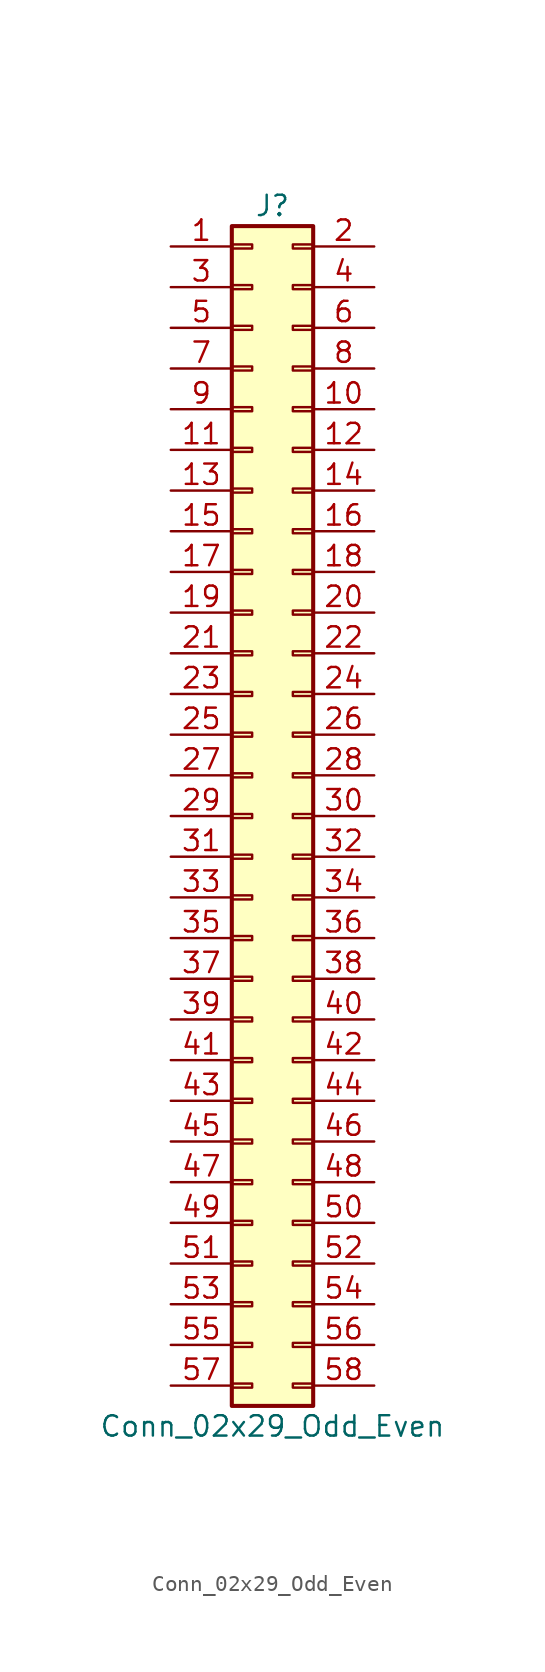
<source format=kicad_sym>
(kicad_symbol_lib
  (version 20220914)
  (generator kicad_symbol_editor)
  (symbol "Conn_02x29_Odd_Even"
    (pin_names
      (offset 1.016) hide)
    (property "Reference" "J"
      (at 1.27 38.1 0)
      (effects (font (size 1.27 1.27))))
    (property "Value" "Conn_02x29_Odd_Even"
      (at 1.27 -38.1 0)
      (effects (font (size 1.27 1.27))))
    (symbol "Conn_02x29_Odd_Even_1_1"
      (rectangle (start -1.27 -35.433) (end 0 -35.687) (stroke (width 0.152) (type default)) (fill (type none)))
      (rectangle (start -1.27 -32.893) (end 0 -33.147) (stroke (width 0.152) (type default)) (fill (type none)))
      (rectangle (start -1.27 -30.353) (end 0 -30.607) (stroke (width 0.152) (type default)) (fill (type none)))
      (rectangle (start -1.27 -27.813) (end 0 -28.067) (stroke (width 0.152) (type default)) (fill (type none)))
      (rectangle (start -1.27 -25.273) (end 0 -25.527) (stroke (width 0.152) (type default)) (fill (type none)))
      (rectangle (start -1.27 -22.733) (end 0 -22.987) (stroke (width 0.152) (type default)) (fill (type none)))
      (rectangle (start -1.27 -20.193) (end 0 -20.447) (stroke (width 0.152) (type default)) (fill (type none)))
      (rectangle (start -1.27 -17.653) (end 0 -17.907) (stroke (width 0.152) (type default)) (fill (type none)))
      (rectangle (start -1.27 -15.113) (end 0 -15.367) (stroke (width 0.152) (type default)) (fill (type none)))
      (rectangle (start -1.27 -12.573) (end 0 -12.827) (stroke (width 0.152) (type default)) (fill (type none)))
      (rectangle (start -1.27 -10.033) (end 0 -10.287) (stroke (width 0.152) (type default)) (fill (type none)))
      (rectangle (start -1.27 -7.493) (end 0 -7.747) (stroke (width 0.152) (type default)) (fill (type none)))
      (rectangle (start -1.27 -4.953) (end 0 -5.207) (stroke (width 0.152) (type default)) (fill (type none)))
      (rectangle (start -1.27 -2.413) (end 0 -2.667) (stroke (width 0.152) (type default)) (fill (type none)))
      (rectangle (start -1.27 0.127) (end 0 -0.127) (stroke (width 0.152) (type default)) (fill (type none)))
      (rectangle (start -1.27 2.667) (end 0 2.413) (stroke (width 0.152) (type default)) (fill (type none)))
      (rectangle (start -1.27 5.207) (end 0 4.953) (stroke (width 0.152) (type default)) (fill (type none)))
      (rectangle (start -1.27 7.747) (end 0 7.493) (stroke (width 0.152) (type default)) (fill (type none)))
      (rectangle (start -1.27 10.287) (end 0 10.033) (stroke (width 0.152) (type default)) (fill (type none)))
      (rectangle (start -1.27 12.827) (end 0 12.573) (stroke (width 0.152) (type default)) (fill (type none)))
      (rectangle (start -1.27 15.367) (end 0 15.113) (stroke (width 0.152) (type default)) (fill (type none)))
      (rectangle (start -1.27 17.907) (end 0 17.653) (stroke (width 0.152) (type default)) (fill (type none)))
      (rectangle (start -1.27 20.447) (end 0 20.193) (stroke (width 0.152) (type default)) (fill (type none)))
      (rectangle (start -1.27 22.987) (end 0 22.733) (stroke (width 0.152) (type default)) (fill (type none)))
      (rectangle (start -1.27 25.527) (end 0 25.273) (stroke (width 0.152) (type default)) (fill (type none)))
      (rectangle (start -1.27 28.067) (end 0 27.813) (stroke (width 0.152) (type default)) (fill (type none)))
      (rectangle (start -1.27 30.607) (end 0 30.353) (stroke (width 0.152) (type default)) (fill (type none)))
      (rectangle (start -1.27 33.147) (end 0 32.893) (stroke (width 0.152) (type default)) (fill (type none)))
      (rectangle (start -1.27 35.687) (end 0 35.433) (stroke (width 0.152) (type default)) (fill (type none)))
      (rectangle (start -1.27 36.83) (end 3.81 -36.83) (stroke (width 0.254) (type default)) (fill (type background)))
      (rectangle (start 3.81 -35.433) (end 2.54 -35.687) (stroke (width 0.152) (type default)) (fill (type none)))
      (rectangle (start 3.81 -32.893) (end 2.54 -33.147) (stroke (width 0.152) (type default)) (fill (type none)))
      (rectangle (start 3.81 -30.353) (end 2.54 -30.607) (stroke (width 0.152) (type default)) (fill (type none)))
      (rectangle (start 3.81 -27.813) (end 2.54 -28.067) (stroke (width 0.152) (type default)) (fill (type none)))
      (rectangle (start 3.81 -25.273) (end 2.54 -25.527) (stroke (width 0.152) (type default)) (fill (type none)))
      (rectangle (start 3.81 -22.733) (end 2.54 -22.987) (stroke (width 0.152) (type default)) (fill (type none)))
      (rectangle (start 3.81 -20.193) (end 2.54 -20.447) (stroke (width 0.152) (type default)) (fill (type none)))
      (rectangle (start 3.81 -17.653) (end 2.54 -17.907) (stroke (width 0.152) (type default)) (fill (type none)))
      (rectangle (start 3.81 -15.113) (end 2.54 -15.367) (stroke (width 0.152) (type default)) (fill (type none)))
      (rectangle (start 3.81 -12.573) (end 2.54 -12.827) (stroke (width 0.152) (type default)) (fill (type none)))
      (rectangle (start 3.81 -10.033) (end 2.54 -10.287) (stroke (width 0.152) (type default)) (fill (type none)))
      (rectangle (start 3.81 -7.493) (end 2.54 -7.747) (stroke (width 0.152) (type default)) (fill (type none)))
      (rectangle (start 3.81 -4.953) (end 2.54 -5.207) (stroke (width 0.152) (type default)) (fill (type none)))
      (rectangle (start 3.81 -2.413) (end 2.54 -2.667) (stroke (width 0.152) (type default)) (fill (type none)))
      (rectangle (start 3.81 0.127) (end 2.54 -0.127) (stroke (width 0.152) (type default)) (fill (type none)))
      (rectangle (start 3.81 2.667) (end 2.54 2.413) (stroke (width 0.152) (type default)) (fill (type none)))
      (rectangle (start 3.81 5.207) (end 2.54 4.953) (stroke (width 0.152) (type default)) (fill (type none)))
      (rectangle (start 3.81 7.747) (end 2.54 7.493) (stroke (width 0.152) (type default)) (fill (type none)))
      (rectangle (start 3.81 10.287) (end 2.54 10.033) (stroke (width 0.152) (type default)) (fill (type none)))
      (rectangle (start 3.81 12.827) (end 2.54 12.573) (stroke (width 0.152) (type default)) (fill (type none)))
      (rectangle (start 3.81 15.367) (end 2.54 15.113) (stroke (width 0.152) (type default)) (fill (type none)))
      (rectangle (start 3.81 17.907) (end 2.54 17.653) (stroke (width 0.152) (type default)) (fill (type none)))
      (rectangle (start 3.81 20.447) (end 2.54 20.193) (stroke (width 0.152) (type default)) (fill (type none)))
      (rectangle (start 3.81 22.987) (end 2.54 22.733) (stroke (width 0.152) (type default)) (fill (type none)))
      (rectangle (start 3.81 25.527) (end 2.54 25.273) (stroke (width 0.152) (type default)) (fill (type none)))
      (rectangle (start 3.81 28.067) (end 2.54 27.813) (stroke (width 0.152) (type default)) (fill (type none)))
      (rectangle (start 3.81 30.607) (end 2.54 30.353) (stroke (width 0.152) (type default)) (fill (type none)))
      (rectangle (start 3.81 33.147) (end 2.54 32.893) (stroke (width 0.152) (type default)) (fill (type none)))
      (rectangle (start 3.81 35.687) (end 2.54 35.433) (stroke (width 0.152) (type default)) (fill (type none)))
      (pin passive line (at -5.08 35.56 0) (length 3.81) (name "Pin_1" (effects (font (size 1.27 1.27)))) (number "1" (effects (font (size 1.27 1.27)))))
      (pin passive line (at 7.62 25.4 180) (length 3.81) (name "Pin_10" (effects (font (size 1.27 1.27)))) (number "10" (effects (font (size 1.27 1.27)))))
      (pin passive line (at -5.08 22.86 0) (length 3.81) (name "Pin_11" (effects (font (size 1.27 1.27)))) (number "11" (effects (font (size 1.27 1.27)))))
      (pin passive line (at 7.62 22.86 180) (length 3.81) (name "Pin_12" (effects (font (size 1.27 1.27)))) (number "12" (effects (font (size 1.27 1.27)))))
      (pin passive line (at -5.08 20.32 0) (length 3.81) (name "Pin_13" (effects (font (size 1.27 1.27)))) (number "13" (effects (font (size 1.27 1.27)))))
      (pin passive line (at 7.62 20.32 180) (length 3.81) (name "Pin_14" (effects (font (size 1.27 1.27)))) (number "14" (effects (font (size 1.27 1.27)))))
      (pin passive line (at -5.08 17.78 0) (length 3.81) (name "Pin_15" (effects (font (size 1.27 1.27)))) (number "15" (effects (font (size 1.27 1.27)))))
      (pin passive line (at 7.62 17.78 180) (length 3.81) (name "Pin_16" (effects (font (size 1.27 1.27)))) (number "16" (effects (font (size 1.27 1.27)))))
      (pin passive line (at -5.08 15.24 0) (length 3.81) (name "Pin_17" (effects (font (size 1.27 1.27)))) (number "17" (effects (font (size 1.27 1.27)))))
      (pin passive line (at 7.62 15.24 180) (length 3.81) (name "Pin_18" (effects (font (size 1.27 1.27)))) (number "18" (effects (font (size 1.27 1.27)))))
      (pin passive line (at -5.08 12.7 0) (length 3.81) (name "Pin_19" (effects (font (size 1.27 1.27)))) (number "19" (effects (font (size 1.27 1.27)))))
      (pin passive line (at 7.62 35.56 180) (length 3.81) (name "Pin_2" (effects (font (size 1.27 1.27)))) (number "2" (effects (font (size 1.27 1.27)))))
      (pin passive line (at 7.62 12.7 180) (length 3.81) (name "Pin_20" (effects (font (size 1.27 1.27)))) (number "20" (effects (font (size 1.27 1.27)))))
      (pin passive line (at -5.08 10.16 0) (length 3.81) (name "Pin_21" (effects (font (size 1.27 1.27)))) (number "21" (effects (font (size 1.27 1.27)))))
      (pin passive line (at 7.62 10.16 180) (length 3.81) (name "Pin_22" (effects (font (size 1.27 1.27)))) (number "22" (effects (font (size 1.27 1.27)))))
      (pin passive line (at -5.08 7.62 0) (length 3.81) (name "Pin_23" (effects (font (size 1.27 1.27)))) (number "23" (effects (font (size 1.27 1.27)))))
      (pin passive line (at 7.62 7.62 180) (length 3.81) (name "Pin_24" (effects (font (size 1.27 1.27)))) (number "24" (effects (font (size 1.27 1.27)))))
      (pin passive line (at -5.08 5.08 0) (length 3.81) (name "Pin_25" (effects (font (size 1.27 1.27)))) (number "25" (effects (font (size 1.27 1.27)))))
      (pin passive line (at 7.62 5.08 180) (length 3.81) (name "Pin_26" (effects (font (size 1.27 1.27)))) (number "26" (effects (font (size 1.27 1.27)))))
      (pin passive line (at -5.08 2.54 0) (length 3.81) (name "Pin_27" (effects (font (size 1.27 1.27)))) (number "27" (effects (font (size 1.27 1.27)))))
      (pin passive line (at 7.62 2.54 180) (length 3.81) (name "Pin_28" (effects (font (size 1.27 1.27)))) (number "28" (effects (font (size 1.27 1.27)))))
      (pin passive line (at -5.08 0 0) (length 3.81) (name "Pin_29" (effects (font (size 1.27 1.27)))) (number "29" (effects (font (size 1.27 1.27)))))
      (pin passive line (at -5.08 33.02 0) (length 3.81) (name "Pin_3" (effects (font (size 1.27 1.27)))) (number "3" (effects (font (size 1.27 1.27)))))
      (pin passive line (at 7.62 0 180) (length 3.81) (name "Pin_30" (effects (font (size 1.27 1.27)))) (number "30" (effects (font (size 1.27 1.27)))))
      (pin passive line (at -5.08 -2.54 0) (length 3.81) (name "Pin_31" (effects (font (size 1.27 1.27)))) (number "31" (effects (font (size 1.27 1.27)))))
      (pin passive line (at 7.62 -2.54 180) (length 3.81) (name "Pin_32" (effects (font (size 1.27 1.27)))) (number "32" (effects (font (size 1.27 1.27)))))
      (pin passive line (at -5.08 -5.08 0) (length 3.81) (name "Pin_33" (effects (font (size 1.27 1.27)))) (number "33" (effects (font (size 1.27 1.27)))))
      (pin passive line (at 7.62 -5.08 180) (length 3.81) (name "Pin_34" (effects (font (size 1.27 1.27)))) (number "34" (effects (font (size 1.27 1.27)))))
      (pin passive line (at -5.08 -7.62 0) (length 3.81) (name "Pin_35" (effects (font (size 1.27 1.27)))) (number "35" (effects (font (size 1.27 1.27)))))
      (pin passive line (at 7.62 -7.62 180) (length 3.81) (name "Pin_36" (effects (font (size 1.27 1.27)))) (number "36" (effects (font (size 1.27 1.27)))))
      (pin passive line (at -5.08 -10.16 0) (length 3.81) (name "Pin_37" (effects (font (size 1.27 1.27)))) (number "37" (effects (font (size 1.27 1.27)))))
      (pin passive line (at 7.62 -10.16 180) (length 3.81) (name "Pin_38" (effects (font (size 1.27 1.27)))) (number "38" (effects (font (size 1.27 1.27)))))
      (pin passive line (at -5.08 -12.7 0) (length 3.81) (name "Pin_39" (effects (font (size 1.27 1.27)))) (number "39" (effects (font (size 1.27 1.27)))))
      (pin passive line (at 7.62 33.02 180) (length 3.81) (name "Pin_4" (effects (font (size 1.27 1.27)))) (number "4" (effects (font (size 1.27 1.27)))))
      (pin passive line (at 7.62 -12.7 180) (length 3.81) (name "Pin_40" (effects (font (size 1.27 1.27)))) (number "40" (effects (font (size 1.27 1.27)))))
      (pin passive line (at -5.08 -15.24 0) (length 3.81) (name "Pin_41" (effects (font (size 1.27 1.27)))) (number "41" (effects (font (size 1.27 1.27)))))
      (pin passive line (at 7.62 -15.24 180) (length 3.81) (name "Pin_42" (effects (font (size 1.27 1.27)))) (number "42" (effects (font (size 1.27 1.27)))))
      (pin passive line (at -5.08 -17.78 0) (length 3.81) (name "Pin_43" (effects (font (size 1.27 1.27)))) (number "43" (effects (font (size 1.27 1.27)))))
      (pin passive line (at 7.62 -17.78 180) (length 3.81) (name "Pin_44" (effects (font (size 1.27 1.27)))) (number "44" (effects (font (size 1.27 1.27)))))
      (pin passive line (at -5.08 -20.32 0) (length 3.81) (name "Pin_45" (effects (font (size 1.27 1.27)))) (number "45" (effects (font (size 1.27 1.27)))))
      (pin passive line (at 7.62 -20.32 180) (length 3.81) (name "Pin_46" (effects (font (size 1.27 1.27)))) (number "46" (effects (font (size 1.27 1.27)))))
      (pin passive line (at -5.08 -22.86 0) (length 3.81) (name "Pin_47" (effects (font (size 1.27 1.27)))) (number "47" (effects (font (size 1.27 1.27)))))
      (pin passive line (at 7.62 -22.86 180) (length 3.81) (name "Pin_48" (effects (font (size 1.27 1.27)))) (number "48" (effects (font (size 1.27 1.27)))))
      (pin passive line (at -5.08 -25.4 0) (length 3.81) (name "Pin_49" (effects (font (size 1.27 1.27)))) (number "49" (effects (font (size 1.27 1.27)))))
      (pin passive line (at -5.08 30.48 0) (length 3.81) (name "Pin_5" (effects (font (size 1.27 1.27)))) (number "5" (effects (font (size 1.27 1.27)))))
      (pin passive line (at 7.62 -25.4 180) (length 3.81) (name "Pin_50" (effects (font (size 1.27 1.27)))) (number "50" (effects (font (size 1.27 1.27)))))
      (pin passive line (at -5.08 -27.94 0) (length 3.81) (name "Pin_51" (effects (font (size 1.27 1.27)))) (number "51" (effects (font (size 1.27 1.27)))))
      (pin passive line (at 7.62 -27.94 180) (length 3.81) (name "Pin_52" (effects (font (size 1.27 1.27)))) (number "52" (effects (font (size 1.27 1.27)))))
      (pin passive line (at -5.08 -30.48 0) (length 3.81) (name "Pin_53" (effects (font (size 1.27 1.27)))) (number "53" (effects (font (size 1.27 1.27)))))
      (pin passive line (at 7.62 -30.48 180) (length 3.81) (name "Pin_54" (effects (font (size 1.27 1.27)))) (number "54" (effects (font (size 1.27 1.27)))))
      (pin passive line (at -5.08 -33.02 0) (length 3.81) (name "Pin_55" (effects (font (size 1.27 1.27)))) (number "55" (effects (font (size 1.27 1.27)))))
      (pin passive line (at 7.62 -33.02 180) (length 3.81) (name "Pin_56" (effects (font (size 1.27 1.27)))) (number "56" (effects (font (size 1.27 1.27)))))
      (pin passive line (at -5.08 -35.56 0) (length 3.81) (name "Pin_57" (effects (font (size 1.27 1.27)))) (number "57" (effects (font (size 1.27 1.27)))))
      (pin passive line (at 7.62 -35.56 180) (length 3.81) (name "Pin_58" (effects (font (size 1.27 1.27)))) (number "58" (effects (font (size 1.27 1.27)))))
      (pin passive line (at 7.62 30.48 180) (length 3.81) (name "Pin_6" (effects (font (size 1.27 1.27)))) (number "6" (effects (font (size 1.27 1.27)))))
      (pin passive line (at -5.08 27.94 0) (length 3.81) (name "Pin_7" (effects (font (size 1.27 1.27)))) (number "7" (effects (font (size 1.27 1.27)))))
      (pin passive line (at 7.62 27.94 180) (length 3.81) (name "Pin_8" (effects (font (size 1.27 1.27)))) (number "8" (effects (font (size 1.27 1.27)))))
      (pin passive line (at -5.08 25.4 0) (length 3.81) (name "Pin_9" (effects (font (size 1.27 1.27)))) (number "9" (effects (font (size 1.27 1.27))))))))
</source>
